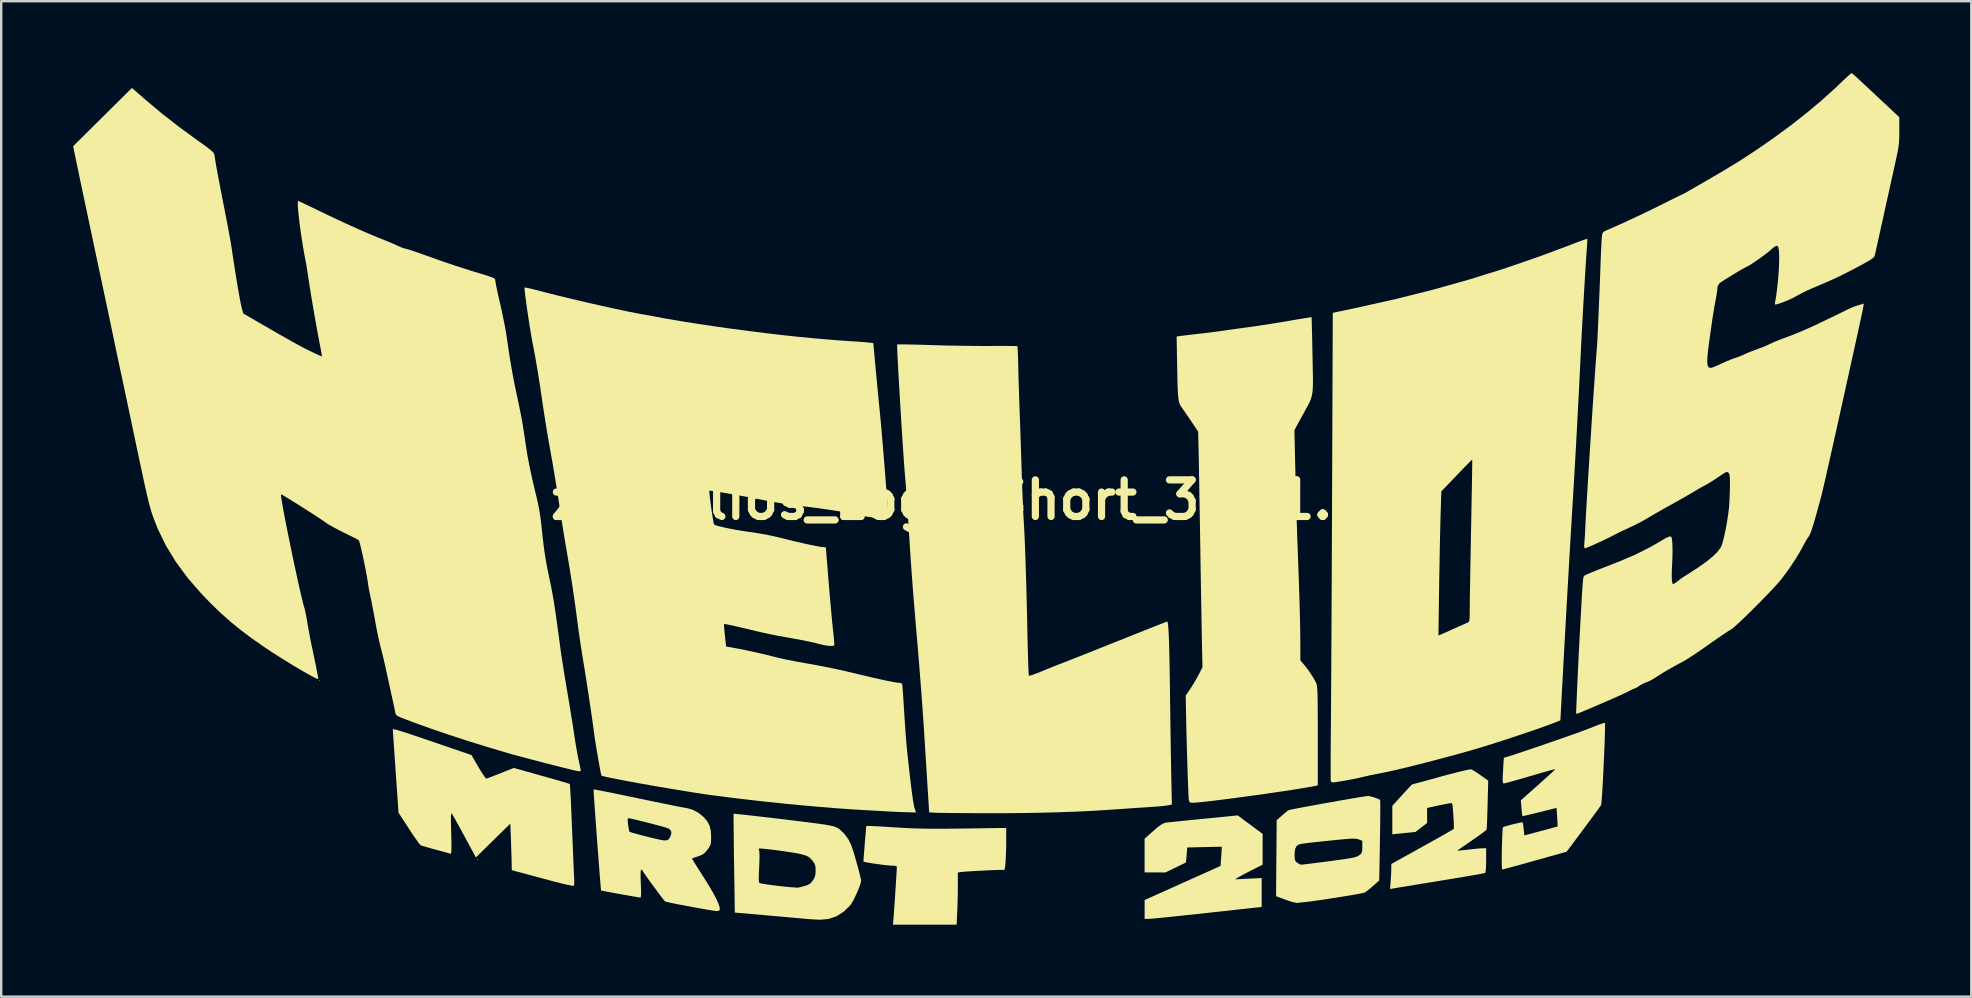
<source format=kicad_pcb>
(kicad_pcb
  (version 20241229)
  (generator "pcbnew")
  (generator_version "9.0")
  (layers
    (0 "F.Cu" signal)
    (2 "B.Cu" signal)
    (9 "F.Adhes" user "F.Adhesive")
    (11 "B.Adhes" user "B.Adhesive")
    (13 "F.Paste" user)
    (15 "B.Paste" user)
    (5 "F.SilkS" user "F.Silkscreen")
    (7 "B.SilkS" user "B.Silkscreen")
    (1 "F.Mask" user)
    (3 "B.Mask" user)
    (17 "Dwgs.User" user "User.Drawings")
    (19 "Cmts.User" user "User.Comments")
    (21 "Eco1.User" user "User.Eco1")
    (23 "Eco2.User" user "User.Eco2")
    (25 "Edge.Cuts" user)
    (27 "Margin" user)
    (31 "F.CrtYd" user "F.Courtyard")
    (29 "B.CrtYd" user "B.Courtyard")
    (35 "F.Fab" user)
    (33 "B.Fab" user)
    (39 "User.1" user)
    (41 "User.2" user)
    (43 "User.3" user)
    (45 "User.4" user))
  (footprint "zz_Helios_Logo_Short_3inx1.4in"
    (layer "F.Cu")
    (at 37.95 17.78)
    (property "Reference" "zz_Helios_Logo_Short_3inx1.4in" (at 0 0 0) (layer "F.SilkS") (effects (font (size 1.524 1.524) (thickness 0.3))))
    (attr board_only exclude_from_pos_files exclude_from_bom)
    (fp_poly (pts (xy -27.658 7.519) (xy -27.678 7.539) (xy -27.698 7.519) (xy -27.678 7.499)) (stroke (width 0) (type solid)) (fill yes) (layer "F.SilkS"))
    (fp_poly (pts (xy -21.086 14.978) (xy -21.106 14.998) (xy -21.126 14.978) (xy -21.106 14.958)) (stroke (width 0) (type solid)) (fill yes) (layer "F.SilkS"))
    (fp_poly (pts (xy 11.611 13.916) (xy 11.611 15.199) (xy 11.17 15.42) (xy 10.985 15.515) (xy 10.813 15.605) (xy 10.675 15.68) (xy 10.596 15.726) (xy 10.462 15.81) (xy 11.017 15.783) (xy 11.571 15.756) (xy 11.571 16.96) (xy 9.303 17.209) (xy 8.879 17.255) (xy 8.474 17.299) (xy 8.097 17.339) (xy 7.756 17.374) (xy 7.458 17.405) (xy 7.211 17.429) (xy 7.024 17.446) (xy 6.903 17.456) (xy 6.864 17.458) (xy 6.693 17.457) (xy 6.694 17.064) (xy 6.695 16.671) (xy 9.858 15.251) (xy 9.886 14.854) (xy 9.898 14.686) (xy 9.905 14.552) (xy 9.908 14.47) (xy 9.906 14.453) (xy 9.865 14.452) (xy 9.757 14.453) (xy 9.594 14.456) (xy 9.389 14.461) (xy 9.185 14.466) (xy 8.471 14.483) (xy 8.417 15.109) (xy 7.988 15.316) (xy 7.56 15.523) (xy 7.126 15.522) (xy 6.693 15.522) (xy 6.693 14.116) (xy 7.058 13.793) (xy 7.226 13.648) (xy 7.352 13.55) (xy 7.451 13.49) (xy 7.538 13.458) (xy 7.592 13.447) (xy 7.672 13.438) (xy 7.821 13.422) (xy 8.029 13.4) (xy 8.286 13.374) (xy 8.58 13.344) (xy 8.902 13.311) (xy 9.166 13.285) (xy 10.571 13.145)) (stroke (width 0) (type solid)) (fill yes) (layer "F.SilkS"))
    (fp_poly (pts (xy -4.664 13.59) (xy -4.513 13.597) (xy -4.308 13.608) (xy -4.063 13.623) (xy -3.79 13.64) (xy -3.596 13.652) (xy -3.303 13.67) (xy -3.018 13.683) (xy -2.728 13.693) (xy -2.421 13.699) (xy -2.083 13.702) (xy -1.701 13.702) (xy -1.263 13.698) (xy -0.837 13.693) (xy 0.927 13.668) (xy 0.927 14.186) (xy 0.925 14.459) (xy 0.918 14.719) (xy 0.907 14.954) (xy 0.894 15.153) (xy 0.878 15.304) (xy 0.861 15.397) (xy 0.844 15.42) (xy 0.797 15.416) (xy 0.683 15.417) (xy 0.518 15.422) (xy 0.314 15.429) (xy 0.087 15.439) (xy -0.149 15.451) (xy -0.381 15.463) (xy -0.593 15.476) (xy -0.773 15.488) (xy -0.904 15.5) (xy -0.958 15.506) (xy -1.089 15.526) (xy -1.089 16.099) (xy -1.091 16.367) (xy -1.097 16.666) (xy -1.106 16.957) (xy -1.115 17.185) (xy -1.141 17.699) (xy -3.792 17.699) (xy -3.77 17.447) (xy -3.762 17.348) (xy -3.751 17.188) (xy -3.736 16.983) (xy -3.72 16.745) (xy -3.703 16.488) (xy -3.686 16.226) (xy -3.669 15.971) (xy -3.655 15.738) (xy -3.642 15.539) (xy -3.634 15.389) (xy -3.629 15.3) (xy -3.629 15.285) (xy -3.666 15.257) (xy -3.769 15.242) (xy -3.84 15.24) (xy -3.939 15.235) (xy -4.086 15.22) (xy -4.264 15.198) (xy -4.456 15.172) (xy -4.644 15.145) (xy -4.81 15.118) (xy -4.938 15.094) (xy -5.01 15.076) (xy -5.018 15.071) (xy -5.019 15.029) (xy -5.013 14.919) (xy -5.001 14.755) (xy -4.985 14.549) (xy -4.967 14.323) (xy -4.904 13.587) (xy -4.748 13.587)) (stroke (width 0) (type solid)) (fill yes) (layer "F.SilkS"))
    (fp_poly (pts (xy 20.298 11.226) (xy 20.366 11.259) (xy 20.479 11.328) (xy 20.619 11.42) (xy 20.696 11.474) (xy 21.011 11.699) (xy 20.985 12.693) (xy 20.977 12.97) (xy 20.969 13.221) (xy 20.961 13.435) (xy 20.954 13.599) (xy 20.948 13.703) (xy 20.944 13.735) (xy 20.908 13.772) (xy 20.815 13.845) (xy 20.677 13.948) (xy 20.505 14.07) (xy 20.323 14.196) (xy 20.131 14.328) (xy 19.965 14.443) (xy 19.836 14.535) (xy 19.753 14.595) (xy 19.726 14.617) (xy 19.767 14.616) (xy 19.872 14.606) (xy 20.024 14.589) (xy 20.179 14.571) (xy 20.377 14.549) (xy 20.561 14.531) (xy 20.706 14.519) (xy 20.774 14.516) (xy 20.925 14.514) (xy 20.925 15.016) (xy 20.921 15.249) (xy 20.911 15.419) (xy 20.894 15.52) (xy 20.881 15.545) (xy 20.833 15.556) (xy 20.714 15.58) (xy 20.532 15.613) (xy 20.294 15.654) (xy 20.009 15.703) (xy 19.685 15.757) (xy 19.331 15.816) (xy 19.016 15.867) (xy 18.638 15.929) (xy 18.281 15.987) (xy 17.952 16.041) (xy 17.662 16.088) (xy 17.418 16.128) (xy 17.23 16.16) (xy 17.106 16.18) (xy 17.058 16.188) (xy 16.921 16.214) (xy 16.947 15.878) (xy 16.96 15.692) (xy 16.969 15.512) (xy 16.973 15.371) (xy 16.973 15.356) (xy 16.974 15.169) (xy 18.265 14.453) (xy 18.56 14.289) (xy 18.832 14.137) (xy 19.074 14.001) (xy 19.277 13.885) (xy 19.433 13.795) (xy 19.535 13.734) (xy 19.574 13.708) (xy 19.574 13.708) (xy 19.579 13.657) (xy 19.578 13.545) (xy 19.573 13.391) (xy 19.563 13.214) (xy 19.551 13.033) (xy 19.537 12.866) (xy 19.523 12.733) (xy 19.51 12.652) (xy 19.505 12.637) (xy 19.459 12.637) (xy 19.35 12.651) (xy 19.193 12.68) (xy 19.004 12.718) (xy 18.973 12.725) (xy 18.465 12.836) (xy 18.465 13.461) (xy 18.222 13.648) (xy 17.979 13.836) (xy 17.497 13.885) (xy 17.014 13.934) (xy 17.014 12.748) (xy 17.421 12.3) (xy 17.564 12.145) (xy 17.687 12.012) (xy 17.781 11.914) (xy 17.835 11.86) (xy 17.844 11.853) (xy 17.886 11.843) (xy 17.995 11.814) (xy 18.163 11.768) (xy 18.38 11.709) (xy 18.636 11.639) (xy 18.922 11.561) (xy 19.038 11.528) (xy 19.336 11.448) (xy 19.612 11.376) (xy 19.855 11.315) (xy 20.055 11.268) (xy 20.202 11.238) (xy 20.286 11.226)) (stroke (width 0) (type solid)) (fill yes) (layer "F.SilkS"))
    (fp_poly (pts (xy 16.092 12.35) (xy 16.215 12.384) (xy 16.345 12.427) (xy 16.453 12.471) (xy 16.507 12.502) (xy 16.511 12.546) (xy 16.513 12.661) (xy 16.514 12.84) (xy 16.513 13.074) (xy 16.51 13.355) (xy 16.507 13.674) (xy 16.502 14.022) (xy 16.499 14.189) (xy 16.47 15.855) (xy 16.208 16.09) (xy 16.076 16.203) (xy 15.954 16.297) (xy 15.864 16.357) (xy 15.845 16.366) (xy 15.778 16.383) (xy 15.644 16.409) (xy 15.456 16.443) (xy 15.225 16.483) (xy 14.965 16.526) (xy 14.689 16.57) (xy 14.408 16.614) (xy 14.136 16.655) (xy 13.886 16.692) (xy 13.669 16.722) (xy 13.498 16.744) (xy 13.426 16.751) (xy 13.272 16.767) (xy 13.137 16.782) (xy 13.063 16.793) (xy 12.984 16.785) (xy 12.851 16.754) (xy 12.686 16.702) (xy 12.566 16.66) (xy 12.171 16.511) (xy 12.183 14.929) (xy 12.185 14.784) (xy 12.943 14.784) (xy 12.946 14.927) (xy 12.963 15.015) (xy 13.002 15.076) (xy 13.048 15.116) (xy 13.141 15.174) (xy 13.217 15.2) (xy 13.219 15.2) (xy 13.275 15.195) (xy 13.4 15.18) (xy 13.583 15.158) (xy 13.813 15.129) (xy 14.078 15.095) (xy 14.369 15.057) (xy 14.393 15.053) (xy 14.726 15.009) (xy 14.989 14.972) (xy 15.191 14.941) (xy 15.342 14.914) (xy 15.453 14.889) (xy 15.532 14.864) (xy 15.59 14.838) (xy 15.633 14.809) (xy 15.705 14.75) (xy 15.744 14.69) (xy 15.761 14.605) (xy 15.764 14.466) (xy 15.764 14.458) (xy 15.764 14.204) (xy 15.613 14.146) (xy 15.563 14.129) (xy 15.504 14.119) (xy 15.426 14.114) (xy 15.321 14.115) (xy 15.177 14.124) (xy 14.986 14.14) (xy 14.738 14.163) (xy 14.424 14.195) (xy 14.28 14.21) (xy 13.941 14.246) (xy 13.673 14.274) (xy 13.467 14.298) (xy 13.314 14.319) (xy 13.205 14.338) (xy 13.13 14.357) (xy 13.081 14.378) (xy 13.049 14.402) (xy 13.024 14.43) (xy 13.021 14.434) (xy 12.971 14.531) (xy 12.947 14.669) (xy 12.943 14.784) (xy 12.185 14.784) (xy 12.196 13.346) (xy 12.414 13.154) (xy 12.529 13.054) (xy 12.626 12.975) (xy 12.683 12.932) (xy 12.684 12.931) (xy 12.735 12.917) (xy 12.854 12.891) (xy 13.033 12.856) (xy 13.26 12.813) (xy 13.525 12.763) (xy 13.818 12.71) (xy 14.128 12.653) (xy 14.445 12.597) (xy 14.76 12.541) (xy 15.061 12.489) (xy 15.337 12.441) (xy 15.58 12.4) (xy 15.778 12.368) (xy 15.922 12.347) (xy 16 12.337) (xy 16.006 12.337)) (stroke (width 0) (type solid)) (fill yes) (layer "F.SilkS"))
    (fp_poly (pts (xy -24.574 9.56) (xy -24.491 9.578) (xy -24.365 9.614) (xy -24.19 9.668) (xy -23.961 9.742) (xy -23.673 9.839) (xy -23.319 9.959) (xy -22.924 10.094) (xy -21.354 10.633) (xy -21.07 11.122) (xy -20.964 11.298) (xy -20.87 11.447) (xy -20.796 11.554) (xy -20.75 11.608) (xy -20.743 11.611) (xy -20.692 11.597) (xy -20.581 11.558) (xy -20.424 11.498) (xy -20.235 11.425) (xy -20.148 11.39) (xy -19.595 11.168) (xy -18.437 11.493) (xy -18.144 11.575) (xy -17.878 11.651) (xy -17.647 11.718) (xy -17.461 11.773) (xy -17.33 11.813) (xy -17.264 11.835) (xy -17.258 11.838) (xy -17.252 11.881) (xy -17.244 11.997) (xy -17.233 12.176) (xy -17.221 12.41) (xy -17.207 12.691) (xy -17.193 13.011) (xy -17.178 13.361) (xy -17.17 13.559) (xy -17.155 13.94) (xy -17.139 14.312) (xy -17.125 14.663) (xy -17.111 14.982) (xy -17.099 15.259) (xy -17.09 15.48) (xy -17.082 15.637) (xy -17.08 15.673) (xy -17.073 15.872) (xy -17.075 16) (xy -17.087 16.066) (xy -17.107 16.082) (xy -17.17 16.072) (xy -17.285 16.05) (xy -17.397 16.028) (xy -17.503 16.004) (xy -17.672 15.962) (xy -17.892 15.906) (xy -18.149 15.839) (xy -18.429 15.764) (xy -18.657 15.703) (xy -19.675 15.428) (xy -19.68 15.122) (xy -19.684 14.973) (xy -19.69 14.766) (xy -19.698 14.524) (xy -19.706 14.27) (xy -19.711 14.152) (xy -19.735 13.487) (xy -20.453 14.192) (xy -21.17 14.897) (xy -21.639 14.03) (xy -21.772 13.785) (xy -21.895 13.56) (xy -22.003 13.366) (xy -22.088 13.214) (xy -22.146 13.115) (xy -22.166 13.083) (xy -22.184 13.065) (xy -22.198 13.075) (xy -22.207 13.122) (xy -22.211 13.215) (xy -22.211 13.362) (xy -22.207 13.572) (xy -22.2 13.853) (xy -22.199 13.883) (xy -22.192 14.181) (xy -22.189 14.405) (xy -22.19 14.566) (xy -22.196 14.671) (xy -22.206 14.728) (xy -22.221 14.746) (xy -22.226 14.745) (xy -22.282 14.728) (xy -22.4 14.694) (xy -22.566 14.649) (xy -22.762 14.595) (xy -22.841 14.574) (xy -23.047 14.517) (xy -23.229 14.465) (xy -23.371 14.423) (xy -23.456 14.395) (xy -23.47 14.389) (xy -23.512 14.346) (xy -23.589 14.246) (xy -23.693 14.099) (xy -23.817 13.918) (xy -23.953 13.714) (xy -23.965 13.694) (xy -24.394 13.034) (xy -24.514 11.305) (xy -24.539 10.94) (xy -24.563 10.601) (xy -24.584 10.296) (xy -24.602 10.033) (xy -24.616 9.821) (xy -24.627 9.668) (xy -24.633 9.581) (xy -24.634 9.565) (xy -24.62 9.556)) (stroke (width 0) (type solid)) (fill yes) (layer "F.SilkS"))
    (fp_poly (pts (xy -10.389 13.079) (xy -10.276 13.09) (xy -10.102 13.107) (xy -9.877 13.132) (xy -9.61 13.162) (xy -9.309 13.197) (xy -8.986 13.234) (xy -8.648 13.274) (xy -8.306 13.315) (xy -7.97 13.356) (xy -7.647 13.395) (xy -7.349 13.433) (xy -7.084 13.467) (xy -6.862 13.496) (xy -6.692 13.519) (xy -6.612 13.531) (xy -6.393 13.571) (xy -6.235 13.611) (xy -6.117 13.659) (xy -6.036 13.709) (xy -5.827 13.902) (xy -5.647 14.147) (xy -5.525 14.401) (xy -5.478 14.535) (xy -5.422 14.714) (xy -5.361 14.921) (xy -5.298 15.142) (xy -5.239 15.36) (xy -5.187 15.558) (xy -5.147 15.721) (xy -5.124 15.833) (xy -5.12 15.868) (xy -5.139 15.966) (xy -5.188 16.114) (xy -5.259 16.292) (xy -5.343 16.48) (xy -5.43 16.658) (xy -5.513 16.805) (xy -5.576 16.895) (xy -5.847 17.159) (xy -6.141 17.346) (xy -6.46 17.457) (xy -6.806 17.493) (xy -6.83 17.492) (xy -7.012 17.485) (xy -7.231 17.472) (xy -7.445 17.455) (xy -7.479 17.451) (xy -7.611 17.439) (xy -7.811 17.421) (xy -8.063 17.398) (xy -8.356 17.372) (xy -8.674 17.344) (xy -9.005 17.315) (xy -9.112 17.305) (xy -10.382 17.195) (xy -10.403 15.761) (xy -9.385 15.761) (xy -9.38 15.882) (xy -9.368 15.947) (xy -9.355 15.965) (xy -9.3 15.979) (xy -9.181 16) (xy -9.014 16.026) (xy -8.816 16.053) (xy -8.603 16.08) (xy -8.39 16.104) (xy -8.196 16.125) (xy -8.035 16.138) (xy -8.003 16.14) (xy -7.885 16.149) (xy -7.806 16.157) (xy -7.788 16.16) (xy -7.745 16.154) (xy -7.646 16.132) (xy -7.512 16.097) (xy -7.511 16.097) (xy -7.36 16.052) (xy -7.261 16.002) (xy -7.186 15.932) (xy -7.131 15.858) (xy -7.062 15.742) (xy -7.027 15.629) (xy -7.016 15.484) (xy -7.015 15.441) (xy -7.02 15.294) (xy -7.043 15.191) (xy -7.096 15.098) (xy -7.158 15.019) (xy -7.241 14.926) (xy -7.324 14.863) (xy -7.431 14.816) (xy -7.59 14.769) (xy -7.612 14.763) (xy -7.726 14.738) (xy -7.892 14.709) (xy -8.095 14.676) (xy -8.321 14.642) (xy -8.556 14.61) (xy -8.786 14.58) (xy -8.996 14.555) (xy -9.174 14.536) (xy -9.304 14.526) (xy -9.374 14.525) (xy -9.381 14.528) (xy -9.38 14.573) (xy -9.365 14.627) (xy -9.356 14.695) (xy -9.353 14.828) (xy -9.355 15.008) (xy -9.363 15.219) (xy -9.368 15.323) (xy -9.38 15.578) (xy -9.385 15.761) (xy -10.403 15.761) (xy -10.413 15.143) (xy -10.419 14.744) (xy -10.423 14.371) (xy -10.427 14.03) (xy -10.43 13.729) (xy -10.432 13.476) (xy -10.433 13.279) (xy -10.433 13.145) (xy -10.431 13.082) (xy -10.431 13.078)) (stroke (width 0) (type solid)) (fill yes) (layer "F.SilkS"))
    (fp_poly (pts (xy 25.878 9.335) (xy 25.879 9.451) (xy 25.876 9.627) (xy 25.87 9.853) (xy 25.861 10.118) (xy 25.849 10.413) (xy 25.836 10.726) (xy 25.821 11.049) (xy 25.806 11.37) (xy 25.79 11.679) (xy 25.774 11.966) (xy 25.758 12.221) (xy 25.744 12.433) (xy 25.731 12.593) (xy 25.72 12.69) (xy 25.714 12.713) (xy 25.681 12.764) (xy 25.606 12.87) (xy 25.495 13.022) (xy 25.356 13.213) (xy 25.193 13.432) (xy 25.015 13.672) (xy 24.978 13.722) (xy 24.28 14.658) (xy 22.955 15.03) (xy 22.641 15.118) (xy 22.352 15.199) (xy 22.096 15.269) (xy 21.883 15.327) (xy 21.723 15.37) (xy 21.623 15.396) (xy 21.594 15.402) (xy 21.584 15.363) (xy 21.577 15.253) (xy 21.573 15.083) (xy 21.574 14.861) (xy 21.578 14.597) (xy 21.579 14.532) (xy 21.587 14.276) (xy 21.595 14.048) (xy 21.603 13.859) (xy 21.611 13.723) (xy 21.619 13.651) (xy 21.621 13.643) (xy 21.671 13.621) (xy 21.776 13.588) (xy 21.916 13.548) (xy 22.071 13.508) (xy 22.221 13.473) (xy 22.346 13.446) (xy 22.424 13.434) (xy 22.44 13.436) (xy 22.456 13.485) (xy 22.474 13.591) (xy 22.49 13.719) (xy 22.517 13.98) (xy 23.203 13.797) (xy 23.425 13.737) (xy 23.619 13.685) (xy 23.771 13.643) (xy 23.868 13.616) (xy 23.899 13.606) (xy 23.902 13.565) (xy 23.898 13.462) (xy 23.89 13.314) (xy 23.884 13.215) (xy 23.857 12.833) (xy 23.152 13.01) (xy 22.926 13.066) (xy 22.729 13.113) (xy 22.573 13.149) (xy 22.471 13.171) (xy 22.435 13.175) (xy 22.427 13.133) (xy 22.414 13.029) (xy 22.401 12.886) (xy 22.397 12.841) (xy 22.37 12.519) (xy 23.095 11.873) (xy 23.297 11.693) (xy 23.476 11.532) (xy 23.624 11.396) (xy 23.733 11.293) (xy 23.796 11.231) (xy 23.808 11.216) (xy 23.768 11.223) (xy 23.66 11.251) (xy 23.496 11.297) (xy 23.285 11.356) (xy 23.037 11.428) (xy 22.764 11.508) (xy 22.486 11.589) (xy 22.232 11.663) (xy 22.012 11.724) (xy 21.837 11.772) (xy 21.718 11.803) (xy 21.666 11.813) (xy 21.639 11.806) (xy 21.623 11.776) (xy 21.615 11.71) (xy 21.614 11.597) (xy 21.621 11.424) (xy 21.629 11.279) (xy 21.64 11.082) (xy 21.65 10.918) (xy 21.659 10.801) (xy 21.664 10.746) (xy 21.664 10.744) (xy 21.724 10.729) (xy 21.85 10.691) (xy 22.033 10.632) (xy 22.263 10.556) (xy 22.532 10.466) (xy 22.828 10.366) (xy 23.144 10.259) (xy 23.469 10.147) (xy 23.794 10.035) (xy 24.109 9.925) (xy 24.405 9.821) (xy 24.673 9.726) (xy 24.902 9.643) (xy 25.083 9.576) (xy 25.207 9.528) (xy 25.211 9.526) (xy 25.422 9.442) (xy 25.606 9.372) (xy 25.751 9.32) (xy 25.844 9.292) (xy 25.873 9.289)) (stroke (width 0) (type solid)) (fill yes) (layer "F.SilkS"))
    (fp_poly (pts (xy -16.226 12.067) (xy -16.115 12.087) (xy -15.939 12.121) (xy -15.709 12.167) (xy -15.431 12.223) (xy -15.113 12.288) (xy -14.763 12.361) (xy -14.427 12.431) (xy -14.047 12.51) (xy -13.686 12.585) (xy -13.352 12.653) (xy -13.054 12.713) (xy -12.802 12.764) (xy -12.603 12.802) (xy -12.466 12.827) (xy -12.408 12.837) (xy -12.15 12.904) (xy -11.896 13.038) (xy -11.67 13.226) (xy -11.665 13.231) (xy -11.524 13.4) (xy -11.434 13.571) (xy -11.385 13.769) (xy -11.37 14.018) (xy -11.37 14.045) (xy -11.372 14.211) (xy -11.383 14.324) (xy -11.412 14.41) (xy -11.465 14.498) (xy -11.522 14.575) (xy -11.626 14.699) (xy -11.729 14.778) (xy -11.865 14.837) (xy -11.915 14.853) (xy -12.042 14.894) (xy -12.133 14.926) (xy -12.167 14.939) (xy -12.15 14.974) (xy -12.095 15.066) (xy -12.009 15.205) (xy -11.897 15.382) (xy -11.766 15.587) (xy -11.727 15.648) (xy -11.497 16.014) (xy -11.308 16.334) (xy -11.164 16.603) (xy -11.065 16.819) (xy -11.014 16.976) (xy -11.007 17.036) (xy -11.02 17.097) (xy -11.068 17.127) (xy -11.166 17.129) (xy -11.327 17.107) (xy -11.329 17.107) (xy -11.671 17.049) (xy -12.004 16.99) (xy -12.318 16.932) (xy -12.605 16.878) (xy -12.855 16.829) (xy -13.057 16.787) (xy -13.202 16.753) (xy -13.282 16.731) (xy -13.292 16.725) (xy -13.334 16.678) (xy -13.413 16.578) (xy -13.518 16.439) (xy -13.642 16.273) (xy -13.773 16.095) (xy -13.904 15.916) (xy -14.023 15.749) (xy -14.121 15.609) (xy -14.19 15.508) (xy -14.218 15.46) (xy -14.262 15.408) (xy -14.283 15.401) (xy -14.3 15.437) (xy -14.308 15.546) (xy -14.308 15.731) (xy -14.299 15.986) (xy -14.289 16.248) (xy -14.289 16.431) (xy -14.298 16.538) (xy -14.314 16.57) (xy -14.366 16.564) (xy -14.48 16.545) (xy -14.643 16.517) (xy -14.84 16.482) (xy -15.056 16.444) (xy -15.277 16.404) (xy -15.489 16.365) (xy -15.677 16.33) (xy -15.827 16.301) (xy -15.923 16.281) (xy -15.954 16.274) (xy -15.959 16.232) (xy -15.97 16.119) (xy -15.984 15.945) (xy -16.003 15.717) (xy -16.024 15.445) (xy -16.048 15.139) (xy -16.074 14.807) (xy -16.1 14.458) (xy -16.127 14.102) (xy -16.153 13.747) (xy -16.178 13.404) (xy -16.183 13.332) (xy -14.846 13.332) (xy -14.839 13.441) (xy -14.827 13.536) (xy -14.807 13.675) (xy -14.789 13.777) (xy -14.776 13.822) (xy -14.776 13.822) (xy -14.726 13.844) (xy -14.613 13.879) (xy -14.453 13.924) (xy -14.26 13.976) (xy -14.052 14.029) (xy -13.843 14.08) (xy -13.649 14.126) (xy -13.486 14.162) (xy -13.369 14.184) (xy -13.324 14.189) (xy -13.209 14.181) (xy -13.139 14.141) (xy -13.092 14.075) (xy -13.027 13.919) (xy -13.035 13.796) (xy -13.117 13.707) (xy -13.154 13.687) (xy -13.228 13.661) (xy -13.364 13.621) (xy -13.545 13.571) (xy -13.756 13.515) (xy -13.982 13.456) (xy -14.208 13.399) (xy -14.419 13.347) (xy -14.599 13.305) (xy -14.733 13.276) (xy -14.805 13.265) (xy -14.808 13.264) (xy -14.836 13.279) (xy -14.846 13.332) (xy -16.183 13.332) (xy -16.201 13.08) (xy -16.222 12.785) (xy -16.24 12.529) (xy -16.254 12.319) (xy -16.263 12.166) (xy -16.268 12.079) (xy -16.267 12.062)) (stroke (width 0) (type solid)) (fill yes) (layer "F.SilkS"))
    (fp_poly (pts (xy 13.652 -7.57) (xy 13.656 -7.457) (xy 13.661 -7.28) (xy 13.667 -7.048) (xy 13.674 -6.771) (xy 13.68 -6.457) (xy 13.687 -6.113) (xy 13.689 -6.007) (xy 13.697 -5.605) (xy 13.704 -5.273) (xy 13.707 -5.001) (xy 13.706 -4.78) (xy 13.698 -4.599) (xy 13.682 -4.447) (xy 13.656 -4.316) (xy 13.618 -4.194) (xy 13.567 -4.072) (xy 13.5 -3.939) (xy 13.416 -3.785) (xy 13.314 -3.6) (xy 13.259 -3.5) (xy 12.934 -2.904) (xy 12.98 -0.998) (xy 12.991 -0.566) (xy 13.003 -0.118) (xy 13.015 0.331) (xy 13.028 0.765) (xy 13.041 1.17) (xy 13.052 1.532) (xy 13.063 1.834) (xy 13.068 1.955) (xy 13.099 2.778) (xy 13.125 3.521) (xy 13.147 4.186) (xy 13.163 4.774) (xy 13.174 5.287) (xy 13.18 5.726) (xy 13.181 5.916) (xy 13.184 6.692) (xy 13.318 6.844) (xy 13.447 7.001) (xy 13.582 7.189) (xy 13.707 7.382) (xy 13.806 7.554) (xy 13.845 7.637) (xy 13.86 7.68) (xy 13.872 7.739) (xy 13.882 7.819) (xy 13.89 7.928) (xy 13.897 8.072) (xy 13.902 8.259) (xy 13.905 8.495) (xy 13.907 8.787) (xy 13.909 9.142) (xy 13.909 9.567) (xy 13.91 9.842) (xy 13.91 11.892) (xy 13.819 11.913) (xy 13.664 11.945) (xy 13.443 11.984) (xy 13.167 12.03) (xy 12.843 12.081) (xy 12.483 12.136) (xy 12.094 12.193) (xy 11.687 12.252) (xy 11.271 12.31) (xy 10.856 12.367) (xy 10.45 12.421) (xy 10.063 12.472) (xy 9.705 12.517) (xy 9.385 12.555) (xy 9.112 12.586) (xy 8.896 12.607) (xy 8.746 12.618) (xy 8.704 12.619) (xy 8.607 12.613) (xy 8.561 12.578) (xy 8.537 12.491) (xy 8.533 12.466) (xy 8.527 12.393) (xy 8.519 12.248) (xy 8.51 12.04) (xy 8.5 11.779) (xy 8.489 11.473) (xy 8.478 11.133) (xy 8.467 10.765) (xy 8.455 10.381) (xy 8.445 9.988) (xy 8.435 9.597) (xy 8.426 9.215) (xy 8.419 8.852) (xy 8.417 8.764) (xy 8.406 8.154) (xy 8.594 7.877) (xy 8.708 7.698) (xy 8.832 7.49) (xy 8.939 7.296) (xy 8.943 7.288) (xy 9.104 6.975) (xy 9.089 6.28) (xy 9.086 6.135) (xy 9.081 5.917) (xy 9.076 5.633) (xy 9.07 5.29) (xy 9.063 4.894) (xy 9.055 4.454) (xy 9.047 3.975) (xy 9.038 3.466) (xy 9.029 2.933) (xy 9.02 2.383) (xy 9.012 1.875) (xy 9.003 1.322) (xy 8.994 0.783) (xy 8.985 0.264) (xy 8.976 -0.227) (xy 8.969 -0.685) (xy 8.961 -1.102) (xy 8.955 -1.471) (xy 8.949 -1.787) (xy 8.944 -2.042) (xy 8.94 -2.229) (xy 8.937 -2.341) (xy 8.924 -2.847) (xy 8.654 -3.248) (xy 8.533 -3.428) (xy 8.412 -3.604) (xy 8.308 -3.754) (xy 8.248 -3.84) (xy 8.205 -3.902) (xy 8.17 -3.964) (xy 8.141 -4.035) (xy 8.118 -4.122) (xy 8.1 -4.234) (xy 8.086 -4.38) (xy 8.075 -4.568) (xy 8.066 -4.806) (xy 8.059 -5.102) (xy 8.052 -5.467) (xy 8.047 -5.712) (xy 8.028 -6.807) (xy 8.177 -6.829) (xy 8.265 -6.841) (xy 8.417 -6.86) (xy 8.617 -6.884) (xy 8.847 -6.911) (xy 9.051 -6.934) (xy 9.305 -6.964) (xy 9.549 -6.994) (xy 9.765 -7.021) (xy 9.934 -7.044) (xy 10.019 -7.057) (xy 10.137 -7.075) (xy 10.318 -7.101) (xy 10.542 -7.132) (xy 10.793 -7.167) (xy 11.027 -7.198) (xy 11.312 -7.238) (xy 11.649 -7.289) (xy 12.01 -7.345) (xy 12.368 -7.403) (xy 12.697 -7.459) (xy 12.715 -7.462) (xy 12.977 -7.507) (xy 13.211 -7.547) (xy 13.406 -7.578) (xy 13.55 -7.601) (xy 13.633 -7.611) (xy 13.649 -7.612)) (stroke (width 0) (type solid)) (fill yes) (layer "F.SilkS"))
    (fp_poly (pts (xy 25.141 -10.835) (xy 25.137 -10.729) (xy 25.128 -10.575) (xy 25.116 -10.422) (xy 25.103 -10.244) (xy 25.086 -9.997) (xy 25.067 -9.692) (xy 25.045 -9.342) (xy 25.022 -8.956) (xy 24.998 -8.546) (xy 24.973 -8.124) (xy 24.95 -7.702) (xy 24.927 -7.29) (xy 24.906 -6.9) (xy 24.888 -6.544) (xy 24.876 -6.29) (xy 24.846 -5.671) (xy 24.814 -5.015) (xy 24.779 -4.336) (xy 24.743 -3.646) (xy 24.706 -2.957) (xy 24.67 -2.283) (xy 24.633 -1.637) (xy 24.599 -1.03) (xy 24.566 -0.477) (xy 24.536 0.011) (xy 24.532 0.081) (xy 24.51 0.436) (xy 24.484 0.863) (xy 24.455 1.352) (xy 24.423 1.892) (xy 24.389 2.475) (xy 24.354 3.09) (xy 24.317 3.729) (xy 24.28 4.382) (xy 24.243 5.039) (xy 24.207 5.692) (xy 24.172 6.329) (xy 24.138 6.942) (xy 24.11 7.459) (xy 24.095 7.739) (xy 24.079 8.039) (xy 24.064 8.329) (xy 24.05 8.581) (xy 24.045 8.675) (xy 24.017 9.186) (xy 23.691 9.315) (xy 23.516 9.381) (xy 23.277 9.467) (xy 22.987 9.568) (xy 22.659 9.68) (xy 22.307 9.799) (xy 21.943 9.92) (xy 21.581 10.038) (xy 21.233 10.15) (xy 20.913 10.251) (xy 20.884 10.26) (xy 20.537 10.364) (xy 20.143 10.478) (xy 19.715 10.598) (xy 19.265 10.72) (xy 18.805 10.842) (xy 18.348 10.961) (xy 17.906 11.072) (xy 17.492 11.174) (xy 17.118 11.262) (xy 16.795 11.334) (xy 16.537 11.386) (xy 16.53 11.388) (xy 16.308 11.431) (xy 16.086 11.476) (xy 15.892 11.519) (xy 15.764 11.55) (xy 15.633 11.581) (xy 15.457 11.618) (xy 15.254 11.657) (xy 15.045 11.696) (xy 14.847 11.73) (xy 14.681 11.756) (xy 14.565 11.771) (xy 14.531 11.773) (xy 14.466 11.743) (xy 14.453 11.722) (xy 14.45 11.674) (xy 14.447 11.552) (xy 14.446 11.364) (xy 14.446 11.118) (xy 14.446 10.822) (xy 14.447 10.482) (xy 14.45 10.106) (xy 14.453 9.702) (xy 14.455 9.434) (xy 14.458 9.154) (xy 14.46 8.798) (xy 14.463 8.374) (xy 14.466 7.885) (xy 14.469 7.339) (xy 14.473 6.741) (xy 14.476 6.096) (xy 14.479 5.647) (xy 18.936 5.647) (xy 19.033 5.61) (xy 19.106 5.579) (xy 19.235 5.523) (xy 19.402 5.448) (xy 19.59 5.363) (xy 19.614 5.352) (xy 19.801 5.268) (xy 19.966 5.195) (xy 20.092 5.139) (xy 20.164 5.109) (xy 20.169 5.108) (xy 20.197 5.089) (xy 20.217 5.05) (xy 20.23 4.977) (xy 20.237 4.856) (xy 20.24 4.676) (xy 20.241 4.527) (xy 20.242 4.392) (xy 20.244 4.184) (xy 20.248 3.912) (xy 20.254 3.584) (xy 20.26 3.209) (xy 20.267 2.794) (xy 20.275 2.349) (xy 20.284 1.88) (xy 20.293 1.397) (xy 20.298 1.149) (xy 20.307 0.68) (xy 20.315 0.235) (xy 20.323 -0.18) (xy 20.33 -0.557) (xy 20.335 -0.891) (xy 20.34 -1.174) (xy 20.343 -1.402) (xy 20.345 -1.566) (xy 20.345 -1.66) (xy 20.345 -1.682) (xy 20.316 -1.656) (xy 20.239 -1.581) (xy 20.123 -1.463) (xy 19.974 -1.311) (xy 19.802 -1.132) (xy 19.697 -1.023) (xy 19.057 -0.356) (xy 19.026 0.639) (xy 19.019 0.889) (xy 19.011 1.206) (xy 19.003 1.576) (xy 18.994 1.987) (xy 18.986 2.423) (xy 18.978 2.872) (xy 18.97 3.32) (xy 18.965 3.64) (xy 18.936 5.647) (xy 14.479 5.647) (xy 14.48 5.411) (xy 14.483 4.69) (xy 14.487 3.94) (xy 14.491 3.167) (xy 14.494 2.375) (xy 14.498 1.572) (xy 14.501 0.761) (xy 14.504 -0.05) (xy 14.505 -0.3) (xy 14.534 -7.796) (xy 15.461 -7.991) (xy 17.107 -8.357) (xy 18.691 -8.754) (xy 20.227 -9.185) (xy 21.73 -9.655) (xy 23.215 -10.169) (xy 24.27 -10.564) (xy 24.515 -10.657) (xy 24.734 -10.74) (xy 24.916 -10.806) (xy 25.05 -10.853) (xy 25.125 -10.877) (xy 25.138 -10.879)) (stroke (width 0) (type solid)) (fill yes) (layer "F.SilkS"))
    (fp_poly (pts (xy -3.28 -6.479) (xy -3.051 -6.475) (xy -2.778 -6.469) (xy -2.472 -6.46) (xy -2.21 -6.452) (xy -1.817 -6.44) (xy -1.389 -6.43) (xy -0.949 -6.422) (xy -0.52 -6.417) (xy -0.123 -6.414) (xy 0.219 -6.414) (xy 0.273 -6.414) (xy 0.562 -6.415) (xy 0.825 -6.416) (xy 1.049 -6.414) (xy 1.226 -6.412) (xy 1.343 -6.408) (xy 1.391 -6.404) (xy 1.391 -6.403) (xy 1.398 -6.359) (xy 1.405 -6.246) (xy 1.413 -6.077) (xy 1.421 -5.864) (xy 1.427 -5.619) (xy 1.429 -5.541) (xy 1.436 -5.256) (xy 1.446 -4.915) (xy 1.457 -4.54) (xy 1.47 -4.154) (xy 1.482 -3.781) (xy 1.49 -3.568) (xy 1.503 -3.225) (xy 1.517 -2.824) (xy 1.532 -2.39) (xy 1.547 -1.944) (xy 1.561 -1.511) (xy 1.573 -1.114) (xy 1.574 -1.089) (xy 1.585 -0.733) (xy 1.598 -0.375) (xy 1.612 -0.028) (xy 1.626 0.29) (xy 1.639 0.565) (xy 1.651 0.781) (xy 1.655 0.847) (xy 1.673 1.14) (xy 1.691 1.508) (xy 1.709 1.942) (xy 1.727 2.436) (xy 1.745 2.984) (xy 1.763 3.578) (xy 1.78 4.211) (xy 1.796 4.877) (xy 1.811 5.569) (xy 1.811 5.596) (xy 1.819 5.96) (xy 1.828 6.298) (xy 1.837 6.602) (xy 1.845 6.864) (xy 1.854 7.076) (xy 1.862 7.228) (xy 1.868 7.313) (xy 1.872 7.328) (xy 1.916 7.323) (xy 2.021 7.29) (xy 2.171 7.236) (xy 2.352 7.164) (xy 2.41 7.14) (xy 2.646 7.043) (xy 2.901 6.94) (xy 3.142 6.845) (xy 3.326 6.774) (xy 3.444 6.729) (xy 3.627 6.657) (xy 3.867 6.562) (xy 4.155 6.448) (xy 4.481 6.319) (xy 4.837 6.177) (xy 5.213 6.027) (xy 5.601 5.872) (xy 5.658 5.85) (xy 6.032 5.7) (xy 6.383 5.56) (xy 6.706 5.432) (xy 6.992 5.318) (xy 7.234 5.223) (xy 7.425 5.148) (xy 7.559 5.096) (xy 7.627 5.071) (xy 7.633 5.069) (xy 7.649 5.088) (xy 7.664 5.156) (xy 7.677 5.274) (xy 7.69 5.447) (xy 7.701 5.677) (xy 7.712 5.968) (xy 7.721 6.324) (xy 7.731 6.746) (xy 7.74 7.24) (xy 7.748 7.808) (xy 7.756 8.447) (xy 7.762 8.885) (xy 7.768 9.345) (xy 7.775 9.81) (xy 7.782 10.265) (xy 7.789 10.693) (xy 7.796 11.078) (xy 7.802 11.405) (xy 7.804 11.515) (xy 7.83 12.689) (xy 7.733 12.713) (xy 7.653 12.729) (xy 7.537 12.745) (xy 7.376 12.762) (xy 7.161 12.779) (xy 6.883 12.8) (xy 6.572 12.82) (xy 6.327 12.836) (xy 6.028 12.857) (xy 5.701 12.879) (xy 5.371 12.902) (xy 5.08 12.922) (xy 4.478 12.959) (xy 3.807 12.99) (xy 3.079 13.016) (xy 2.305 13.036) (xy 1.498 13.049) (xy 0.668 13.055) (xy -0.101 13.055) (xy -0.476 13.053) (xy -0.834 13.051) (xy -1.165 13.048) (xy -1.459 13.045) (xy -1.707 13.042) (xy -1.898 13.038) (xy -2.023 13.035) (xy -2.059 13.033) (xy -2.283 13.019) (xy -2.354 11.902) (xy -2.376 11.543) (xy -2.401 11.149) (xy -2.427 10.746) (xy -2.451 10.36) (xy -2.472 10.015) (xy -2.482 9.858) (xy -2.519 9.287) (xy -2.563 8.655) (xy -2.613 7.977) (xy -2.668 7.273) (xy -2.725 6.56) (xy -2.782 5.886) (xy -2.835 5.268) (xy -2.881 4.717) (xy -2.922 4.219) (xy -2.959 3.759) (xy -2.992 3.324) (xy -3.023 2.901) (xy -3.053 2.476) (xy -3.082 2.035) (xy -3.112 1.563) (xy -3.144 1.048) (xy -3.165 0.706) (xy -3.185 0.381) (xy -3.209 0.039) (xy -3.233 -0.297) (xy -3.256 -0.606) (xy -3.277 -0.866) (xy -3.285 -0.947) (xy -3.3 -1.131) (xy -3.319 -1.371) (xy -3.34 -1.66) (xy -3.362 -1.99) (xy -3.387 -2.352) (xy -3.412 -2.739) (xy -3.438 -3.144) (xy -3.463 -3.557) (xy -3.489 -3.972) (xy -3.513 -4.38) (xy -3.536 -4.774) (xy -3.557 -5.146) (xy -3.576 -5.488) (xy -3.592 -5.791) (xy -3.605 -6.049) (xy -3.614 -6.253) (xy -3.619 -6.395) (xy -3.619 -6.467) (xy -3.618 -6.475) (xy -3.573 -6.479) (xy -3.458 -6.481)) (stroke (width 0) (type solid)) (fill yes) (layer "F.SilkS"))
    (fp_poly (pts (xy -19.099 -8.847) (xy -18.991 -8.826) (xy -18.83 -8.789) (xy -18.629 -8.739) (xy -18.421 -8.685) (xy -18.082 -8.597) (xy -17.696 -8.501) (xy -17.278 -8.399) (xy -16.838 -8.295) (xy -16.391 -8.191) (xy -15.947 -8.091) (xy -15.521 -7.996) (xy -15.125 -7.91) (xy -14.771 -7.837) (xy -14.472 -7.778) (xy -14.272 -7.742) (xy -14.091 -7.71) (xy -13.88 -7.671) (xy -13.708 -7.639) (xy -13.175 -7.54) (xy -12.576 -7.439) (xy -11.924 -7.336) (xy -11.236 -7.233) (xy -10.524 -7.133) (xy -9.802 -7.037) (xy -9.086 -6.948) (xy -8.39 -6.866) (xy -7.727 -6.795) (xy -7.116 -6.737) (xy -6.785 -6.708) (xy -6.512 -6.684) (xy -6.272 -6.665) (xy -6.043 -6.647) (xy -5.801 -6.63) (xy -5.522 -6.611) (xy -5.221 -6.592) (xy -5.042 -6.579) (xy -4.88 -6.565) (xy -4.761 -6.553) (xy -4.735 -6.55) (xy -4.611 -6.531) (xy -4.54 -5.755) (xy -4.518 -5.518) (xy -4.49 -5.218) (xy -4.457 -4.872) (xy -4.421 -4.498) (xy -4.384 -4.114) (xy -4.347 -3.735) (xy -4.332 -3.588) (xy -4.308 -3.336) (xy -4.281 -3.037) (xy -4.252 -2.7) (xy -4.221 -2.337) (xy -4.189 -1.955) (xy -4.157 -1.565) (xy -4.126 -1.177) (xy -4.096 -0.799) (xy -4.069 -0.442) (xy -4.044 -0.115) (xy -4.024 0.172) (xy -4.007 0.41) (xy -3.997 0.589) (xy -3.992 0.7) (xy -3.991 0.715) (xy -4.025 0.757) (xy -4.077 0.779) (xy -4.154 0.782) (xy -4.295 0.773) (xy -4.482 0.752) (xy -4.699 0.723) (xy -4.93 0.689) (xy -5.158 0.65) (xy -5.367 0.61) (xy -5.541 0.571) (xy -5.564 0.566) (xy -5.724 0.53) (xy -5.955 0.488) (xy -6.248 0.441) (xy -6.591 0.39) (xy -6.977 0.336) (xy -7.395 0.282) (xy -7.835 0.228) (xy -7.922 0.218) (xy -8.136 0.189) (xy -8.403 0.148) (xy -8.701 0.097) (xy -9.005 0.042) (xy -9.253 -0.006) (xy -9.519 -0.058) (xy -9.804 -0.112) (xy -10.097 -0.166) (xy -10.386 -0.218) (xy -10.661 -0.267) (xy -10.912 -0.309) (xy -11.126 -0.344) (xy -11.293 -0.369) (xy -11.402 -0.382) (xy -11.442 -0.383) (xy -11.444 -0.339) (xy -11.435 -0.23) (xy -11.418 -0.074) (xy -11.394 0.114) (xy -11.367 0.318) (xy -11.337 0.523) (xy -11.308 0.712) (xy -11.281 0.869) (xy -11.26 0.979) (xy -11.245 1.026) (xy -11.184 1.056) (xy -11.056 1.094) (xy -10.874 1.138) (xy -10.65 1.186) (xy -10.397 1.235) (xy -10.128 1.282) (xy -9.855 1.324) (xy -9.815 1.329) (xy -9.408 1.39) (xy -9.054 1.452) (xy -8.724 1.521) (xy -8.388 1.602) (xy -8.346 1.612) (xy -8.086 1.678) (xy -7.81 1.744) (xy -7.534 1.807) (xy -7.276 1.864) (xy -7.052 1.91) (xy -6.877 1.943) (xy -6.791 1.956) (xy -6.588 1.981) (xy -6.474 3.399) (xy -6.444 3.762) (xy -6.412 4.129) (xy -6.381 4.483) (xy -6.351 4.81) (xy -6.324 5.096) (xy -6.301 5.324) (xy -6.29 5.423) (xy -6.267 5.635) (xy -6.25 5.82) (xy -6.239 5.96) (xy -6.236 6.043) (xy -6.238 6.058) (xy -6.294 6.084) (xy -6.414 6.086) (xy -6.582 6.066) (xy -6.785 6.024) (xy -6.923 5.988) (xy -7.082 5.948) (xy -7.3 5.9) (xy -7.554 5.848) (xy -7.823 5.798) (xy -8.023 5.763) (xy -8.315 5.712) (xy -8.631 5.652) (xy -8.944 5.589) (xy -9.222 5.529) (xy -9.354 5.499) (xy -9.756 5.403) (xy -10.085 5.325) (xy -10.347 5.265) (xy -10.547 5.22) (xy -10.689 5.19) (xy -10.78 5.174) (xy -10.824 5.17) (xy -10.83 5.172) (xy -10.832 5.216) (xy -10.826 5.324) (xy -10.813 5.478) (xy -10.795 5.648) (xy -10.745 6.108) (xy -10.543 6.143) (xy -10.253 6.197) (xy -9.926 6.262) (xy -9.588 6.335) (xy -9.261 6.408) (xy -8.97 6.478) (xy -8.769 6.531) (xy -8.596 6.574) (xy -8.362 6.627) (xy -8.086 6.683) (xy -7.788 6.741) (xy -7.486 6.796) (xy -7.378 6.814) (xy -7.053 6.872) (xy -6.702 6.939) (xy -6.349 7.009) (xy -6.021 7.079) (xy -5.743 7.142) (xy -5.705 7.151) (xy -5.165 7.281) (xy -4.702 7.39) (xy -4.315 7.477) (xy -4.005 7.544) (xy -3.769 7.59) (xy -3.609 7.615) (xy -3.539 7.62) (xy -3.451 7.636) (xy -3.408 7.67) (xy -3.401 7.723) (xy -3.391 7.844) (xy -3.377 8.025) (xy -3.362 8.252) (xy -3.345 8.516) (xy -3.327 8.806) (xy -3.327 8.809) (xy -3.306 9.134) (xy -3.284 9.466) (xy -3.26 9.785) (xy -3.238 10.074) (xy -3.217 10.314) (xy -3.204 10.442) (xy -3.144 11.001) (xy -3.089 11.491) (xy -3.039 11.91) (xy -2.994 12.257) (xy -2.955 12.528) (xy -2.922 12.724) (xy -2.895 12.841) (xy -2.891 12.851) (xy -2.832 13.023) (xy -3.16 13.016) (xy -3.337 13.011) (xy -3.563 13.002) (xy -3.806 12.991) (xy -3.991 12.981) (xy -4.247 12.966) (xy -4.531 12.95) (xy -4.804 12.935) (xy -4.959 12.927) (xy -5.523 12.893) (xy -6.152 12.848) (xy -6.83 12.793) (xy -7.542 12.73) (xy -8.272 12.66) (xy -9.007 12.584) (xy -9.73 12.504) (xy -10.426 12.422) (xy -11.08 12.338) (xy -11.41 12.294) (xy -11.709 12.251) (xy -12.043 12.2) (xy -12.406 12.142) (xy -12.788 12.08) (xy -13.181 12.014) (xy -13.578 11.947) (xy -13.969 11.878) (xy -14.348 11.811) (xy -14.704 11.746) (xy -15.032 11.685) (xy -15.321 11.629) (xy -15.565 11.58) (xy -15.754 11.539) (xy -15.881 11.508) (xy -15.938 11.488) (xy -15.94 11.486) (xy -15.953 11.44) (xy -15.976 11.327) (xy -16.007 11.163) (xy -16.044 10.961) (xy -16.084 10.733) (xy -16.124 10.496) (xy -16.164 10.261) (xy -16.199 10.043) (xy -16.227 9.856) (xy -16.247 9.713) (xy -16.249 9.696) (xy -16.279 9.466) (xy -16.32 9.17) (xy -16.37 8.826) (xy -16.426 8.447) (xy -16.486 8.049) (xy -16.548 7.646) (xy -16.609 7.254) (xy -16.668 6.888) (xy -16.708 6.652) (xy -16.758 6.343) (xy -16.811 6.003) (xy -16.861 5.662) (xy -16.905 5.349) (xy -16.932 5.14) (xy -17.029 4.408) (xy -17.139 3.648) (xy -17.257 2.893) (xy -17.378 2.18) (xy -17.394 2.085) (xy -17.441 1.815) (xy -17.496 1.488) (xy -17.554 1.126) (xy -17.613 0.751) (xy -17.669 0.387) (xy -17.7 0.175) (xy -17.757 -0.196) (xy -17.823 -0.613) (xy -17.894 -1.049) (xy -17.966 -1.475) (xy -18.034 -1.862) (xy -18.061 -2.011) (xy -18.123 -2.36) (xy -18.189 -2.743) (xy -18.254 -3.133) (xy -18.313 -3.507) (xy -18.364 -3.838) (xy -18.384 -3.971) (xy -18.488 -4.684) (xy -18.589 -5.322) (xy -18.686 -5.891) (xy -18.78 -6.396) (xy -18.803 -6.511) (xy -18.837 -6.69) (xy -18.875 -6.911) (xy -18.917 -7.162) (xy -18.959 -7.431) (xy -19.001 -7.707) (xy -19.041 -7.978) (xy -19.076 -8.232) (xy -19.106 -8.458) (xy -19.129 -8.643) (xy -19.142 -8.775) (xy -19.145 -8.844) (xy -19.143 -8.851)) (stroke (width 0) (type solid)) (fill yes) (layer "F.SilkS"))
    (fp_poly (pts (xy -34.937 -16.672) (xy -34.266 -16.11) (xy -33.541 -15.544) (xy -32.786 -14.992) (xy -32.671 -14.912) (xy -32.424 -14.735) (xy -32.241 -14.593) (xy -32.124 -14.489) (xy -32.075 -14.424) (xy -32.074 -14.42) (xy -32.06 -14.338) (xy -32.038 -14.204) (xy -32.013 -14.046) (xy -32.011 -14.03) (xy -31.992 -13.919) (xy -31.96 -13.74) (xy -31.916 -13.505) (xy -31.863 -13.226) (xy -31.803 -12.915) (xy -31.739 -12.583) (xy -31.69 -12.337) (xy -31.622 -11.989) (xy -31.555 -11.644) (xy -31.493 -11.317) (xy -31.439 -11.02) (xy -31.393 -10.767) (xy -31.36 -10.571) (xy -31.346 -10.483) (xy -31.285 -10.07) (xy -31.224 -9.668) (xy -31.163 -9.287) (xy -31.105 -8.936) (xy -31.052 -8.626) (xy -31.005 -8.365) (xy -30.965 -8.163) (xy -30.935 -8.032) (xy -30.934 -8.026) (xy -30.863 -7.768) (xy -30.54 -7.58) (xy -30.09 -7.319) (xy -29.701 -7.094) (xy -29.369 -6.903) (xy -29.085 -6.742) (xy -28.844 -6.606) (xy -28.639 -6.492) (xy -28.462 -6.396) (xy -28.306 -6.315) (xy -28.166 -6.244) (xy -28.086 -6.205) (xy -27.907 -6.119) (xy -27.756 -6.05) (xy -27.646 -6.002) (xy -27.592 -5.982) (xy -27.589 -5.982) (xy -27.591 -6.024) (xy -27.608 -6.13) (xy -27.636 -6.285) (xy -27.672 -6.473) (xy -27.68 -6.515) (xy -27.727 -6.754) (xy -27.782 -7.053) (xy -27.843 -7.394) (xy -27.907 -7.76) (xy -27.971 -8.134) (xy -28.032 -8.497) (xy -28.086 -8.832) (xy -28.132 -9.122) (xy -28.163 -9.329) (xy -28.195 -9.546) (xy -28.233 -9.776) (xy -28.27 -9.979) (xy -28.281 -10.035) (xy -28.334 -10.315) (xy -28.385 -10.613) (xy -28.434 -10.92) (xy -28.478 -11.226) (xy -28.517 -11.519) (xy -28.549 -11.79) (xy -28.573 -12.028) (xy -28.589 -12.224) (xy -28.593 -12.366) (xy -28.586 -12.445) (xy -28.576 -12.458) (xy -28.536 -12.441) (xy -28.433 -12.394) (xy -28.278 -12.321) (xy -28.082 -12.227) (xy -27.854 -12.117) (xy -27.693 -12.039) (xy -27.263 -11.832) (xy -26.828 -11.628) (xy -26.4 -11.431) (xy -25.994 -11.249) (xy -25.622 -11.088) (xy -25.298 -10.952) (xy -25.093 -10.87) (xy -24.891 -10.79) (xy -24.677 -10.7) (xy -24.49 -10.617) (xy -24.453 -10.599) (xy -24.31 -10.536) (xy -24.192 -10.49) (xy -24.12 -10.471) (xy -24.114 -10.471) (xy -24.061 -10.459) (xy -23.944 -10.423) (xy -23.775 -10.368) (xy -23.567 -10.296) (xy -23.331 -10.212) (xy -23.247 -10.182) (xy -22.611 -9.956) (xy -22.017 -9.755) (xy -21.432 -9.567) (xy -21.005 -9.437) (xy -20.768 -9.365) (xy -20.598 -9.31) (xy -20.483 -9.268) (xy -20.412 -9.232) (xy -20.376 -9.199) (xy -20.362 -9.162) (xy -20.36 -9.129) (xy -20.351 -9.063) (xy -20.327 -8.932) (xy -20.289 -8.748) (xy -20.24 -8.524) (xy -20.184 -8.274) (xy -20.161 -8.177) (xy -20.096 -7.888) (xy -20.034 -7.593) (xy -19.977 -7.31) (xy -19.931 -7.063) (xy -19.899 -6.87) (xy -19.897 -6.854) (xy -19.815 -6.291) (xy -19.737 -5.79) (xy -19.658 -5.334) (xy -19.578 -4.906) (xy -19.491 -4.486) (xy -19.458 -4.334) (xy -19.398 -4.055) (xy -19.339 -3.771) (xy -19.286 -3.502) (xy -19.242 -3.27) (xy -19.214 -3.104) (xy -19.185 -2.91) (xy -19.147 -2.662) (xy -19.105 -2.389) (xy -19.064 -2.118) (xy -19.05 -2.021) (xy -19.008 -1.773) (xy -18.95 -1.471) (xy -18.882 -1.14) (xy -18.808 -0.806) (xy -18.734 -0.494) (xy -18.728 -0.468) (xy -18.643 -0.115) (xy -18.576 0.185) (xy -18.524 0.456) (xy -18.483 0.723) (xy -18.447 1.01) (xy -18.426 1.205) (xy -18.383 1.602) (xy -18.342 1.942) (xy -18.3 2.248) (xy -18.251 2.543) (xy -18.194 2.851) (xy -18.124 3.195) (xy -18.083 3.387) (xy -18.037 3.607) (xy -17.994 3.833) (xy -17.951 4.073) (xy -17.907 4.339) (xy -17.861 4.64) (xy -17.812 4.985) (xy -17.756 5.386) (xy -17.694 5.852) (xy -17.66 6.108) (xy -17.63 6.327) (xy -17.589 6.606) (xy -17.539 6.927) (xy -17.484 7.27) (xy -17.427 7.618) (xy -17.378 7.902) (xy -17.32 8.246) (xy -17.26 8.61) (xy -17.201 8.972) (xy -17.146 9.311) (xy -17.1 9.608) (xy -17.072 9.797) (xy -17.031 10.066) (xy -16.986 10.338) (xy -16.94 10.59) (xy -16.899 10.802) (xy -16.873 10.917) (xy -16.837 11.079) (xy -16.813 11.208) (xy -16.804 11.286) (xy -16.808 11.302) (xy -16.863 11.305) (xy -16.933 11.298) (xy -17.019 11.28) (xy -17.171 11.245) (xy -17.378 11.194) (xy -17.629 11.132) (xy -17.913 11.06) (xy -18.217 10.982) (xy -18.531 10.901) (xy -18.842 10.819) (xy -19.141 10.74) (xy -19.415 10.667) (xy -19.653 10.602) (xy -19.843 10.548) (xy -19.856 10.544) (xy -20.698 10.294) (xy -21.52 10.039) (xy -22.31 9.782) (xy -23.055 9.527) (xy -23.74 9.28) (xy -24.098 9.145) (xy -24.279 9.074) (xy -24.398 9.022) (xy -24.47 8.979) (xy -24.508 8.936) (xy -24.527 8.881) (xy -24.535 8.837) (xy -24.555 8.736) (xy -24.587 8.58) (xy -24.627 8.393) (xy -24.659 8.245) (xy -24.705 8.041) (xy -24.76 7.787) (xy -24.821 7.51) (xy -24.879 7.239) (xy -24.897 7.156) (xy -24.953 6.904) (xy -25.012 6.647) (xy -25.069 6.411) (xy -25.118 6.218) (xy -25.134 6.159) (xy -25.172 6.007) (xy -25.22 5.794) (xy -25.273 5.542) (xy -25.328 5.268) (xy -25.379 4.993) (xy -25.379 4.99) (xy -25.427 4.727) (xy -25.475 4.476) (xy -25.518 4.253) (xy -25.553 4.076) (xy -25.579 3.959) (xy -25.581 3.951) (xy -25.619 3.773) (xy -25.652 3.582) (xy -25.662 3.508) (xy -25.684 3.354) (xy -25.718 3.158) (xy -25.76 2.932) (xy -25.808 2.691) (xy -25.859 2.447) (xy -25.91 2.215) (xy -25.957 2.008) (xy -25.999 1.839) (xy -26.032 1.723) (xy -26.053 1.673) (xy -26.091 1.652) (xy -26.19 1.602) (xy -26.337 1.528) (xy -26.52 1.438) (xy -26.671 1.364) (xy -26.887 1.255) (xy -27.09 1.147) (xy -27.263 1.05) (xy -27.39 0.972) (xy -27.437 0.939) (xy -27.514 0.883) (xy -27.641 0.797) (xy -27.807 0.687) (xy -28.001 0.561) (xy -28.213 0.426) (xy -28.431 0.287) (xy -28.646 0.152) (xy -28.847 0.027) (xy -29.022 -0.081) (xy -29.162 -0.164) (xy -29.256 -0.218) (xy -29.292 -0.233) (xy -29.293 -0.186) (xy -29.278 -0.069) (xy -29.249 0.111) (xy -29.208 0.344) (xy -29.156 0.622) (xy -29.095 0.937) (xy -29.027 1.28) (xy -28.954 1.643) (xy -28.877 2.018) (xy -28.799 2.396) (xy -28.72 2.768) (xy -28.642 3.127) (xy -28.568 3.464) (xy -28.499 3.771) (xy -28.437 4.039) (xy -28.383 4.259) (xy -28.34 4.424) (xy -28.31 4.52) (xy -28.291 4.595) (xy -28.263 4.731) (xy -28.229 4.911) (xy -28.193 5.116) (xy -28.185 5.161) (xy -28.141 5.415) (xy -28.09 5.691) (xy -28.038 5.954) (xy -27.998 6.148) (xy -27.95 6.368) (xy -27.902 6.601) (xy -27.854 6.833) (xy -27.812 7.049) (xy -27.776 7.234) (xy -27.751 7.373) (xy -27.739 7.453) (xy -27.738 7.462) (xy -27.771 7.46) (xy -27.863 7.42) (xy -28.005 7.346) (xy -28.19 7.244) (xy -28.408 7.119) (xy -28.65 6.976) (xy -28.909 6.82) (xy -29.176 6.656) (xy -29.441 6.489) (xy -29.697 6.325) (xy -29.935 6.167) (xy -29.953 6.155) (xy -30.492 5.78) (xy -30.973 5.42) (xy -31.417 5.058) (xy -31.84 4.679) (xy -32.262 4.268) (xy -32.599 3.917) (xy -33.174 3.258) (xy -33.669 2.586) (xy -34.087 1.901) (xy -34.429 1.201) (xy -34.633 0.673) (xy -34.669 0.566) (xy -34.704 0.454) (xy -34.74 0.331) (xy -34.777 0.191) (xy -34.819 0.028) (xy -34.865 -0.164) (xy -34.917 -0.391) (xy -34.977 -0.659) (xy -35.046 -0.976) (xy -35.125 -1.345) (xy -35.216 -1.775) (xy -35.321 -2.27) (xy -35.44 -2.838) (xy -35.458 -2.923) (xy -35.539 -3.311) (xy -35.623 -3.706) (xy -35.705 -4.095) (xy -35.783 -4.463) (xy -35.854 -4.796) (xy -35.914 -5.079) (xy -35.961 -5.297) (xy -35.962 -5.302) (xy -36.027 -5.603) (xy -36.098 -5.936) (xy -36.169 -6.271) (xy -36.233 -6.576) (xy -36.265 -6.733) (xy -36.302 -6.912) (xy -36.354 -7.158) (xy -36.417 -7.459) (xy -36.49 -7.805) (xy -36.57 -8.184) (xy -36.655 -8.585) (xy -36.742 -8.995) (xy -36.81 -9.313) (xy -36.932 -9.888) (xy -37.053 -10.455) (xy -37.17 -11.011) (xy -37.284 -11.547) (xy -37.392 -12.059) (xy -37.494 -12.54) (xy -37.588 -12.983) (xy -37.672 -13.384) (xy -37.745 -13.735) (xy -37.807 -14.031) (xy -37.856 -14.266) (xy -37.89 -14.432) (xy -37.907 -14.516) (xy -37.95 -14.74) (xy -35.503 -17.165)) (stroke (width 0) (type solid)) (fill yes) (layer "F.SilkS"))
    (fp_poly (pts (xy 36.156 -17.778) (xy 36.172 -17.77) (xy 36.199 -17.75) (xy 36.242 -17.714) (xy 36.308 -17.656) (xy 36.401 -17.571) (xy 36.526 -17.455) (xy 36.691 -17.302) (xy 36.899 -17.107) (xy 37.157 -16.866) (xy 37.365 -16.671) (xy 38.14 -15.946) (xy 38.14 -15.373) (xy 38.139 -15.169) (xy 38.134 -14.998) (xy 38.122 -14.842) (xy 38.101 -14.682) (xy 38.069 -14.499) (xy 38.022 -14.274) (xy 37.963 -14.003) (xy 37.911 -13.77) (xy 37.846 -13.474) (xy 37.77 -13.131) (xy 37.687 -12.757) (xy 37.601 -12.368) (xy 37.516 -11.98) (xy 37.457 -11.712) (xy 37.382 -11.375) (xy 37.313 -11.062) (xy 37.25 -10.781) (xy 37.197 -10.541) (xy 37.155 -10.352) (xy 37.125 -10.223) (xy 37.111 -10.162) (xy 37.11 -10.16) (xy 37.085 -10.119) (xy 37.027 -10.068) (xy 36.928 -10) (xy 36.782 -9.913) (xy 36.581 -9.801) (xy 36.318 -9.661) (xy 36.154 -9.576) (xy 35.924 -9.457) (xy 35.72 -9.354) (xy 35.524 -9.26) (xy 35.319 -9.166) (xy 35.088 -9.064) (xy 34.814 -8.947) (xy 34.532 -8.829) (xy 34.328 -8.738) (xy 34.11 -8.631) (xy 33.916 -8.529) (xy 33.874 -8.505) (xy 33.682 -8.403) (xy 33.461 -8.302) (xy 33.26 -8.224) (xy 33.105 -8.172) (xy 33.011 -8.145) (xy 32.966 -8.142) (xy 32.953 -8.162) (xy 32.958 -8.201) (xy 33.007 -8.483) (xy 33.051 -8.815) (xy 33.088 -9.174) (xy 33.116 -9.533) (xy 33.132 -9.868) (xy 33.135 -10.154) (xy 33.134 -10.2) (xy 33.122 -10.404) (xy 33.099 -10.532) (xy 33.057 -10.589) (xy 32.988 -10.578) (xy 32.883 -10.505) (xy 32.772 -10.408) (xy 32.66 -10.314) (xy 32.51 -10.198) (xy 32.338 -10.073) (xy 32.162 -9.95) (xy 31.998 -9.84) (xy 31.863 -9.757) (xy 31.773 -9.71) (xy 31.77 -9.709) (xy 31.702 -9.675) (xy 31.581 -9.608) (xy 31.425 -9.517) (xy 31.25 -9.412) (xy 31.071 -9.302) (xy 30.905 -9.199) (xy 30.767 -9.111) (xy 30.675 -9.048) (xy 30.651 -9.03) (xy 30.574 -8.913) (xy 30.561 -8.827) (xy 30.553 -8.734) (xy 30.532 -8.587) (xy 30.501 -8.41) (xy 30.483 -8.313) (xy 30.443 -8.099) (xy 30.4 -7.844) (xy 30.359 -7.589) (xy 30.34 -7.459) (xy 30.306 -7.218) (xy 30.269 -6.954) (xy 30.234 -6.707) (xy 30.218 -6.592) (xy 30.173 -6.249) (xy 30.146 -5.98) (xy 30.137 -5.779) (xy 30.146 -5.639) (xy 30.173 -5.557) (xy 30.184 -5.543) (xy 30.222 -5.513) (xy 30.269 -5.501) (xy 30.337 -5.512) (xy 30.439 -5.549) (xy 30.59 -5.615) (xy 30.762 -5.695) (xy 30.942 -5.776) (xy 31.121 -5.85) (xy 31.269 -5.904) (xy 31.307 -5.916) (xy 31.471 -5.973) (xy 31.64 -6.044) (xy 31.69 -6.068) (xy 31.817 -6.126) (xy 31.988 -6.195) (xy 32.168 -6.261) (xy 32.193 -6.27) (xy 32.384 -6.341) (xy 32.583 -6.422) (xy 32.749 -6.498) (xy 32.758 -6.502) (xy 32.919 -6.577) (xy 33.117 -6.659) (xy 33.31 -6.731) (xy 33.322 -6.736) (xy 33.543 -6.817) (xy 33.808 -6.922) (xy 34.091 -7.039) (xy 34.362 -7.156) (xy 34.572 -7.252) (xy 34.785 -7.353) (xy 35.022 -7.466) (xy 35.268 -7.584) (xy 35.505 -7.699) (xy 35.719 -7.803) (xy 35.892 -7.887) (xy 36.004 -7.943) (xy 36.159 -8.014) (xy 36.316 -8.075) (xy 36.4 -8.102) (xy 36.518 -8.135) (xy 36.607 -8.162) (xy 36.625 -8.169) (xy 36.635 -8.174) (xy 36.643 -8.179) (xy 36.65 -8.18) (xy 36.654 -8.172) (xy 36.654 -8.152) (xy 36.65 -8.114) (xy 36.64 -8.055) (xy 36.625 -7.969) (xy 36.602 -7.854) (xy 36.57 -7.704) (xy 36.53 -7.516) (xy 36.48 -7.284) (xy 36.419 -7.005) (xy 36.347 -6.674) (xy 36.262 -6.287) (xy 36.163 -5.84) (xy 36.05 -5.328) (xy 35.922 -4.747) (xy 35.777 -4.093) (xy 35.737 -3.911) (xy 35.622 -3.393) (xy 35.511 -2.89) (xy 35.403 -2.409) (xy 35.302 -1.956) (xy 35.208 -1.539) (xy 35.123 -1.164) (xy 35.049 -0.837) (xy 34.986 -0.565) (xy 34.937 -0.354) (xy 34.903 -0.212) (xy 34.89 -0.161) (xy 34.779 0.246) (xy 34.687 0.583) (xy 34.609 0.856) (xy 34.544 1.073) (xy 34.49 1.241) (xy 34.443 1.368) (xy 34.403 1.461) (xy 34.366 1.528) (xy 34.333 1.571) (xy 34.292 1.632) (xy 34.225 1.747) (xy 34.144 1.894) (xy 34.097 1.983) (xy 33.961 2.227) (xy 33.79 2.503) (xy 33.6 2.791) (xy 33.406 3.065) (xy 33.223 3.304) (xy 33.127 3.421) (xy 32.975 3.59) (xy 32.792 3.786) (xy 32.587 4.001) (xy 32.367 4.227) (xy 32.141 4.454) (xy 31.918 4.676) (xy 31.706 4.883) (xy 31.513 5.066) (xy 31.348 5.219) (xy 31.219 5.331) (xy 31.135 5.396) (xy 31.121 5.404) (xy 31.036 5.454) (xy 30.899 5.543) (xy 30.72 5.663) (xy 30.513 5.805) (xy 30.29 5.961) (xy 30.194 6.029) (xy 29.96 6.194) (xy 29.729 6.353) (xy 29.515 6.495) (xy 29.334 6.612) (xy 29.199 6.694) (xy 29.166 6.712) (xy 28.933 6.838) (xy 28.702 6.966) (xy 28.492 7.084) (xy 28.323 7.183) (xy 28.242 7.233) (xy 28.14 7.298) (xy 28.006 7.384) (xy 27.913 7.443) (xy 27.78 7.521) (xy 27.656 7.581) (xy 27.59 7.604) (xy 27.488 7.644) (xy 27.362 7.712) (xy 27.308 7.747) (xy 27.204 7.813) (xy 27.125 7.855) (xy 27.101 7.862) (xy 27.046 7.88) (xy 26.949 7.927) (xy 26.887 7.96) (xy 26.781 8.015) (xy 26.622 8.09) (xy 26.431 8.177) (xy 26.23 8.266) (xy 26.227 8.268) (xy 25.847 8.432) (xy 25.535 8.567) (xy 25.283 8.675) (xy 25.086 8.759) (xy 24.937 8.821) (xy 24.829 8.865) (xy 24.755 8.892) (xy 24.709 8.906) (xy 24.685 8.908) (xy 24.675 8.902) (xy 24.674 8.89) (xy 24.675 8.88) (xy 24.677 8.789) (xy 24.683 8.629) (xy 24.692 8.41) (xy 24.703 8.146) (xy 24.716 7.846) (xy 24.731 7.521) (xy 24.746 7.185) (xy 24.763 6.847) (xy 24.778 6.518) (xy 24.794 6.211) (xy 24.808 5.937) (xy 24.816 5.786) (xy 24.844 5.267) (xy 24.869 4.822) (xy 24.889 4.446) (xy 24.907 4.134) (xy 24.922 3.878) (xy 24.935 3.673) (xy 24.947 3.513) (xy 24.957 3.392) (xy 24.966 3.304) (xy 24.976 3.244) (xy 24.985 3.206) (xy 24.995 3.182) (xy 25.006 3.169) (xy 25.019 3.159) (xy 25.025 3.155) (xy 25.061 3.134) (xy 25.128 3.102) (xy 25.231 3.057) (xy 25.377 2.996) (xy 25.573 2.917) (xy 25.826 2.817) (xy 26.142 2.694) (xy 26.468 2.567) (xy 27.15 2.276) (xy 27.789 1.953) (xy 28.053 1.801) (xy 28.271 1.671) (xy 28.429 1.581) (xy 28.537 1.531) (xy 28.606 1.521) (xy 28.645 1.551) (xy 28.665 1.621) (xy 28.676 1.732) (xy 28.681 1.803) (xy 28.689 1.972) (xy 28.69 2.191) (xy 28.685 2.43) (xy 28.676 2.634) (xy 28.66 2.967) (xy 28.658 3.22) (xy 28.668 3.394) (xy 28.691 3.488) (xy 28.714 3.508) (xy 28.769 3.484) (xy 28.856 3.426) (xy 28.882 3.406) (xy 28.969 3.337) (xy 29.036 3.285) (xy 29.105 3.237) (xy 29.196 3.178) (xy 29.33 3.093) (xy 29.371 3.068) (xy 29.761 2.815) (xy 30.08 2.589) (xy 30.334 2.386) (xy 30.526 2.204) (xy 30.662 2.037) (xy 30.718 1.943) (xy 30.762 1.828) (xy 30.811 1.65) (xy 30.864 1.424) (xy 30.916 1.167) (xy 30.965 0.896) (xy 31.006 0.626) (xy 31.038 0.375) (xy 31.047 0.282) (xy 31.061 0.076) (xy 31.073 -0.174) (xy 31.081 -0.43) (xy 31.083 -0.59) (xy 31.082 -0.805) (xy 31.076 -0.954) (xy 31.063 -1.05) (xy 31.042 -1.107) (xy 31.02 -1.132) (xy 30.991 -1.155) (xy 30.96 -1.164) (xy 30.917 -1.154) (xy 30.85 -1.118) (xy 30.745 -1.052) (xy 30.592 -0.949) (xy 30.493 -0.882) (xy 30.335 -0.779) (xy 30.176 -0.681) (xy 30.047 -0.609) (xy 30.037 -0.604) (xy 29.903 -0.533) (xy 29.741 -0.44) (xy 29.613 -0.364) (xy 29.469 -0.277) (xy 29.284 -0.169) (xy 29.089 -0.058) (xy 28.998 -0.007) (xy 28.786 0.112) (xy 28.545 0.247) (xy 28.318 0.373) (xy 28.252 0.41) (xy 28.064 0.517) (xy 27.87 0.629) (xy 27.702 0.728) (xy 27.638 0.767) (xy 27.394 0.906) (xy 27.081 1.065) (xy 26.708 1.24) (xy 26.61 1.285) (xy 26.457 1.357) (xy 26.294 1.441) (xy 26.247 1.466) (xy 26.124 1.53) (xy 25.964 1.61) (xy 25.78 1.698) (xy 25.588 1.786) (xy 25.404 1.87) (xy 25.243 1.94) (xy 25.12 1.991) (xy 25.05 2.015) (xy 25.043 2.016) (xy 25.014 1.987) (xy 25.009 1.893) (xy 25.014 1.824) (xy 25.024 1.708) (xy 25.036 1.535) (xy 25.048 1.329) (xy 25.057 1.129) (xy 25.068 0.915) (xy 25.083 0.637) (xy 25.102 0.304) (xy 25.124 -0.077) (xy 25.149 -0.498) (xy 25.177 -0.952) (xy 25.207 -1.43) (xy 25.238 -1.925) (xy 25.27 -2.429) (xy 25.303 -2.935) (xy 25.335 -3.435) (xy 25.367 -3.92) (xy 25.398 -4.384) (xy 25.428 -4.819) (xy 25.455 -5.216) (xy 25.48 -5.569) (xy 25.502 -5.869) (xy 25.52 -6.109) (xy 25.534 -6.281) (xy 25.541 -6.35) (xy 25.547 -6.436) (xy 25.556 -6.593) (xy 25.567 -6.814) (xy 25.58 -7.089) (xy 25.594 -7.411) (xy 25.61 -7.769) (xy 25.626 -8.156) (xy 25.643 -8.562) (xy 25.66 -8.98) (xy 25.676 -9.4) (xy 25.691 -9.814) (xy 25.702 -10.12) (xy 25.712 -10.355) (xy 25.722 -10.58) (xy 25.733 -10.773) (xy 25.743 -10.915) (xy 25.746 -10.952) (xy 25.762 -11.072) (xy 25.79 -11.143) (xy 25.852 -11.192) (xy 25.966 -11.245) (xy 25.977 -11.25) (xy 26.532 -11.494) (xy 27.128 -11.769) (xy 27.741 -12.061) (xy 28.309 -12.342) (xy 28.541 -12.458) (xy 28.747 -12.56) (xy 28.918 -12.645) (xy 29.043 -12.705) (xy 29.11 -12.737) (xy 29.12 -12.74) (xy 29.139 -12.749) (xy 29.191 -12.776) (xy 29.279 -12.826) (xy 29.408 -12.899) (xy 29.585 -13.001) (xy 29.812 -13.132) (xy 30.097 -13.297) (xy 30.443 -13.498) (xy 30.702 -13.649) (xy 31.425 -14.086) (xy 32.154 -14.56) (xy 32.877 -15.06) (xy 33.58 -15.576) (xy 34.25 -16.1) (xy 34.874 -16.621) (xy 35.44 -17.13) (xy 35.625 -17.306) (xy 35.788 -17.463) (xy 35.932 -17.597) (xy 36.046 -17.701) (xy 36.121 -17.765) (xy 36.145 -17.78)) (stroke (width 0) (type solid)) (fill yes) (layer "F.SilkS")))
  (gr_rect
    (start -3 -3)
    (end 79.09 38.479)
    (stroke (width 0.1) (type default))
    (fill no)
    (layer "Edge.Cuts")))
</source>
